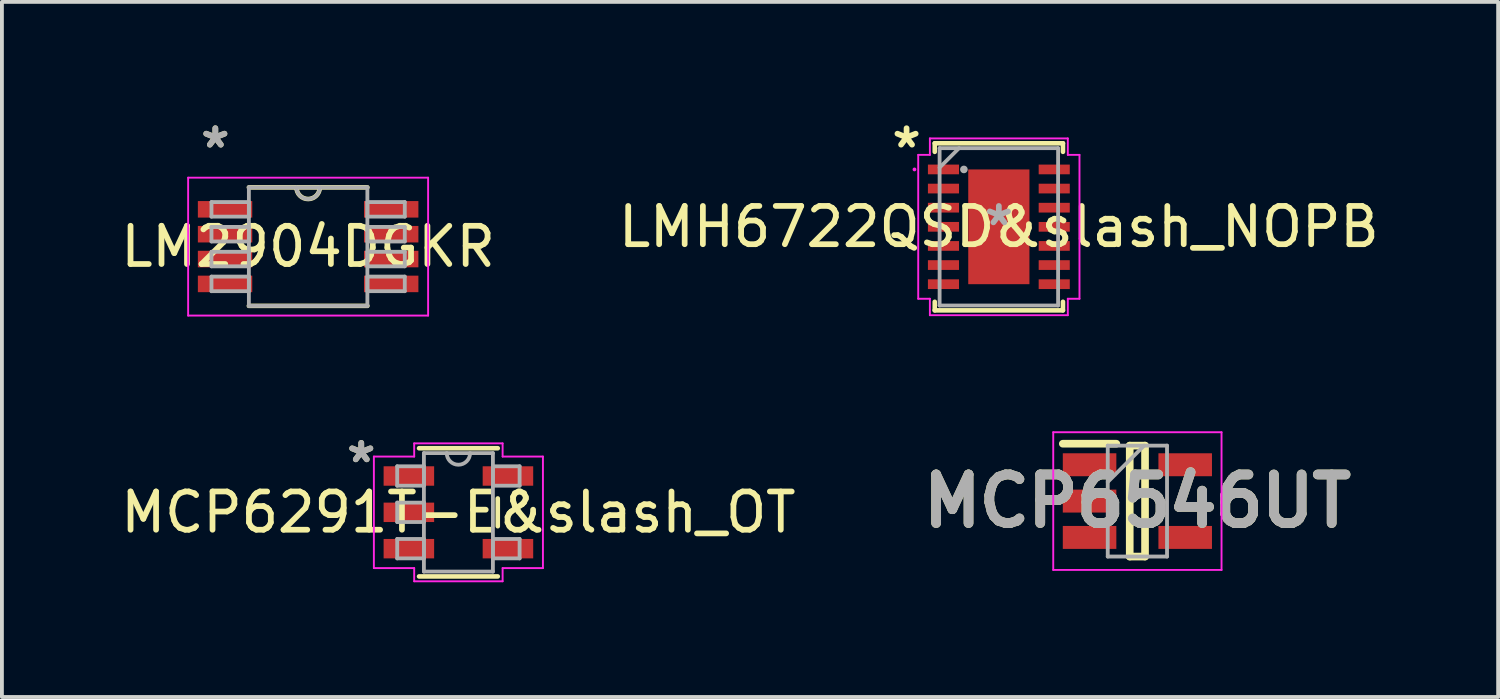
<source format=kicad_pcb>
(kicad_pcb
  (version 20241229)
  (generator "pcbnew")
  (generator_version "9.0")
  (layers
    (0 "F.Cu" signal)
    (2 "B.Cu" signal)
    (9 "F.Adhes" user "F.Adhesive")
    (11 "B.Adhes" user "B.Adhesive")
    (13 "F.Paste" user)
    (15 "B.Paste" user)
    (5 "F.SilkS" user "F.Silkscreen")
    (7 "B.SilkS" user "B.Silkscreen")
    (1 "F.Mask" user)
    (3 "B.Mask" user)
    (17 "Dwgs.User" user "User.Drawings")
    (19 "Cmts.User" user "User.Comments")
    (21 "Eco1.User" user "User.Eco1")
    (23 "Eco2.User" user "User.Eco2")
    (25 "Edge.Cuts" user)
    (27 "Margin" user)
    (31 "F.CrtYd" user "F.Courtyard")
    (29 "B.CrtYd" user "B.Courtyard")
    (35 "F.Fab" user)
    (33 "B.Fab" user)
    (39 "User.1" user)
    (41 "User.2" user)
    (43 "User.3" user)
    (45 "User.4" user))
  (footprint "LM2904DGKR"
    (layer "F.Cu")
    (at 5.006 3.398)
    (property "Reference" "LM2904DGKR" (at 0 0 0) (layer "F.SilkS") (effects (font (size 1 1) (thickness 0.15))))
    (attr smd)
    (fp_line (start -1.549 1.549) (end 1.549 1.549) (stroke (width 0.12) (type solid)) (layer "F.SilkS"))
    (fp_line (start 1.549 -1.549) (end -1.549 -1.549) (stroke (width 0.12) (type solid)) (layer "F.SilkS"))
    (fp_arc (start 0.3048 -1.5494) (mid 0 -1.2446) (end -0.3048 -1.5494) (stroke (width 0.12) (type solid)) (layer "F.SilkS"))
    (fp_line (start -3.137 -1.803) (end 3.137 -1.803) (stroke (width 0.05) (type solid)) (layer "F.CrtYd"))
    (fp_line (start -3.137 1.803) (end -3.137 -1.803) (stroke (width 0.05) (type solid)) (layer "F.CrtYd"))
    (fp_line (start 3.137 -1.803) (end 3.137 1.803) (stroke (width 0.05) (type solid)) (layer "F.CrtYd"))
    (fp_line (start 3.137 1.803) (end -3.137 1.803) (stroke (width 0.05) (type solid)) (layer "F.CrtYd"))
    (fp_line (start -2.527 -1.165) (end -2.527 -0.784) (stroke (width 0.1) (type solid)) (layer "F.Fab"))
    (fp_line (start -2.527 -0.784) (end -1.549 -0.784) (stroke (width 0.1) (type solid)) (layer "F.Fab"))
    (fp_line (start -2.527 -0.515) (end -2.527 -0.135) (stroke (width 0.1) (type solid)) (layer "F.Fab"))
    (fp_line (start -2.527 -0.135) (end -1.549 -0.135) (stroke (width 0.1) (type solid)) (layer "F.Fab"))
    (fp_line (start -2.527 0.135) (end -2.527 0.515) (stroke (width 0.1) (type solid)) (layer "F.Fab"))
    (fp_line (start -2.527 0.515) (end -1.549 0.515) (stroke (width 0.1) (type solid)) (layer "F.Fab"))
    (fp_line (start -2.527 0.784) (end -2.527 1.165) (stroke (width 0.1) (type solid)) (layer "F.Fab"))
    (fp_line (start -2.527 1.165) (end -1.549 1.165) (stroke (width 0.1) (type solid)) (layer "F.Fab"))
    (fp_line (start -1.549 -1.549) (end -1.549 1.549) (stroke (width 0.1) (type solid)) (layer "F.Fab"))
    (fp_line (start -1.549 -1.165) (end -2.527 -1.165) (stroke (width 0.1) (type solid)) (layer "F.Fab"))
    (fp_line (start -1.549 -0.784) (end -1.549 -1.165) (stroke (width 0.1) (type solid)) (layer "F.Fab"))
    (fp_line (start -1.549 -0.515) (end -2.527 -0.515) (stroke (width 0.1) (type solid)) (layer "F.Fab"))
    (fp_line (start -1.549 -0.135) (end -1.549 -0.515) (stroke (width 0.1) (type solid)) (layer "F.Fab"))
    (fp_line (start -1.549 0.135) (end -2.527 0.135) (stroke (width 0.1) (type solid)) (layer "F.Fab"))
    (fp_line (start -1.549 0.515) (end -1.549 0.135) (stroke (width 0.1) (type solid)) (layer "F.Fab"))
    (fp_line (start -1.549 0.784) (end -2.527 0.784) (stroke (width 0.1) (type solid)) (layer "F.Fab"))
    (fp_line (start -1.549 1.165) (end -1.549 0.784) (stroke (width 0.1) (type solid)) (layer "F.Fab"))
    (fp_line (start -1.549 1.549) (end 1.549 1.549) (stroke (width 0.1) (type solid)) (layer "F.Fab"))
    (fp_line (start 1.549 -1.549) (end -1.549 -1.549) (stroke (width 0.1) (type solid)) (layer "F.Fab"))
    (fp_line (start 1.549 -1.165) (end 1.549 -0.784) (stroke (width 0.1) (type solid)) (layer "F.Fab"))
    (fp_line (start 1.549 -0.784) (end 2.527 -0.784) (stroke (width 0.1) (type solid)) (layer "F.Fab"))
    (fp_line (start 1.549 -0.515) (end 1.549 -0.135) (stroke (width 0.1) (type solid)) (layer "F.Fab"))
    (fp_line (start 1.549 -0.135) (end 2.527 -0.135) (stroke (width 0.1) (type solid)) (layer "F.Fab"))
    (fp_line (start 1.549 0.135) (end 1.549 0.515) (stroke (width 0.1) (type solid)) (layer "F.Fab"))
    (fp_line (start 1.549 0.515) (end 2.527 0.515) (stroke (width 0.1) (type solid)) (layer "F.Fab"))
    (fp_line (start 1.549 0.784) (end 1.549 1.165) (stroke (width 0.1) (type solid)) (layer "F.Fab"))
    (fp_line (start 1.549 1.165) (end 2.527 1.165) (stroke (width 0.1) (type solid)) (layer "F.Fab"))
    (fp_line (start 1.549 1.549) (end 1.549 -1.549) (stroke (width 0.1) (type solid)) (layer "F.Fab"))
    (fp_line (start 2.527 -1.165) (end 1.549 -1.165) (stroke (width 0.1) (type solid)) (layer "F.Fab"))
    (fp_line (start 2.527 -0.784) (end 2.527 -1.165) (stroke (width 0.1) (type solid)) (layer "F.Fab"))
    (fp_line (start 2.527 -0.515) (end 1.549 -0.515) (stroke (width 0.1) (type solid)) (layer "F.Fab"))
    (fp_line (start 2.527 -0.135) (end 2.527 -0.515) (stroke (width 0.1) (type solid)) (layer "F.Fab"))
    (fp_line (start 2.527 0.135) (end 1.549 0.135) (stroke (width 0.1) (type solid)) (layer "F.Fab"))
    (fp_line (start 2.527 0.515) (end 2.527 0.135) (stroke (width 0.1) (type solid)) (layer "F.Fab"))
    (fp_line (start 2.527 0.784) (end 1.549 0.784) (stroke (width 0.1) (type solid)) (layer "F.Fab"))
    (fp_line (start 2.527 1.165) (end 2.527 0.784) (stroke (width 0.1) (type solid)) (layer "F.Fab"))
    (fp_arc (start 0.3048 -1.5494) (mid 0 -1.2446) (end -0.3048 -1.5494) (stroke (width 0.1) (type solid)) (layer "F.Fab"))
    (fp_text user "*" (at -2.426 -2.55 0) (layer "F.SilkS") (effects (font (size 1 1) (thickness 0.15))))
    (fp_text user "*" (at -2.426 -2.55 0) (layer "F.Fab") (effects (font (size 1 1) (thickness 0.15))))
    (pad "1" smd rect (at -2.172 -0.975) (size 1.422 0.432) (layers "F.Cu" "F.Mask" "F.Paste"))
    (pad "2" smd rect (at -2.172 -0.325) (size 1.422 0.432) (layers "F.Cu" "F.Mask" "F.Paste"))
    (pad "3" smd rect (at -2.172 0.325) (size 1.422 0.432) (layers "F.Cu" "F.Mask" "F.Paste"))
    (pad "4" smd rect (at -2.172 0.975) (size 1.422 0.432) (layers "F.Cu" "F.Mask" "F.Paste"))
    (pad "5" smd rect (at 2.172 0.975) (size 1.422 0.432) (layers "F.Cu" "F.Mask" "F.Paste"))
    (pad "6" smd rect (at 2.172 0.325) (size 1.422 0.432) (layers "F.Cu" "F.Mask" "F.Paste"))
    (pad "7" smd rect (at 2.172 -0.325) (size 1.422 0.432) (layers "F.Cu" "F.Mask" "F.Paste"))
    (pad "8" smd rect (at 2.172 -0.975) (size 1.422 0.432) (layers "F.Cu" "F.Mask" "F.Paste")))
  (footprint "MCP6546UT"
    (layer "F.Cu")
    (at 26.687 10.051)
    (property "Reference" "MCP6546UT" (at 0 0 0) (layer "F.SilkS") (effects (font (size 1.27 1.27) (thickness 0.254))))
    (attr smd)
    (fp_line (start -1.95 -1.5) (end -0.55 -1.5) (stroke (width 0.2) (type solid)) (layer "F.SilkS"))
    (fp_line (start -0.2 -1.45) (end 0.2 -1.45) (stroke (width 0.2) (type solid)) (layer "F.SilkS"))
    (fp_line (start -0.2 1.45) (end -0.2 -1.45) (stroke (width 0.2) (type solid)) (layer "F.SilkS"))
    (fp_line (start 0.2 -1.45) (end 0.2 1.45) (stroke (width 0.2) (type solid)) (layer "F.SilkS"))
    (fp_line (start 0.2 1.45) (end -0.2 1.45) (stroke (width 0.2) (type solid)) (layer "F.SilkS"))
    (fp_line (start -2.2 -1.8) (end 2.2 -1.8) (stroke (width 0.05) (type solid)) (layer "F.CrtYd"))
    (fp_line (start -2.2 1.8) (end -2.2 -1.8) (stroke (width 0.05) (type solid)) (layer "F.CrtYd"))
    (fp_line (start 2.2 -1.8) (end 2.2 1.8) (stroke (width 0.05) (type solid)) (layer "F.CrtYd"))
    (fp_line (start 2.2 1.8) (end -2.2 1.8) (stroke (width 0.05) (type solid)) (layer "F.CrtYd"))
    (fp_line (start -0.775 -1.45) (end 0.775 -1.45) (stroke (width 0.1) (type solid)) (layer "F.Fab"))
    (fp_line (start -0.775 -0.5) (end 0.175 -1.45) (stroke (width 0.1) (type solid)) (layer "F.Fab"))
    (fp_line (start -0.775 1.45) (end -0.775 -1.45) (stroke (width 0.1) (type solid)) (layer "F.Fab"))
    (fp_line (start 0.775 -1.45) (end 0.775 1.45) (stroke (width 0.1) (type solid)) (layer "F.Fab"))
    (fp_line (start 0.775 1.45) (end -0.775 1.45) (stroke (width 0.1) (type solid)) (layer "F.Fab"))
    (fp_text user "${REFERENCE}" (at 0 0 0) (layer "F.Fab") (effects (font (size 1.27 1.27) (thickness 0.254))))
    (pad "1" smd rect (at -1.25 -0.95 90) (size 0.6 1.4) (layers "F.Cu" "F.Mask" "F.Paste"))
    (pad "2" smd rect (at -1.25 0 90) (size 0.6 1.4) (layers "F.Cu" "F.Mask" "F.Paste"))
    (pad "3" smd rect (at -1.25 0.95 90) (size 0.6 1.4) (layers "F.Cu" "F.Mask" "F.Paste"))
    (pad "4" smd rect (at 1.25 0.95 90) (size 0.6 1.4) (layers "F.Cu" "F.Mask" "F.Paste"))
    (pad "5" smd rect (at 1.25 -0.95 90) (size 0.6 1.4) (layers "F.Cu" "F.Mask" "F.Paste")))
  (footprint "MCP6291T-E&slash_OT"
    (layer "F.Cu")
    (at 8.935 10.345)
    (property "Reference" "MCP6291T-E&slash_OT" (at 0 0 0) (layer "F.SilkS") (effects (font (size 1 1) (thickness 0.15))))
    (attr smd)
    (fp_line (start -1.029 1.676) (end 1.029 1.676) (stroke (width 0.12) (type solid)) (layer "F.SilkS"))
    (fp_line (start 1.029 -1.676) (end -1.029 -1.676) (stroke (width 0.12) (type solid)) (layer "F.SilkS"))
    (fp_line (start 1.029 0.363) (end 1.029 -0.363) (stroke (width 0.12) (type solid)) (layer "F.SilkS"))
    (fp_line (start -2.21 -1.458) (end -1.156 -1.458) (stroke (width 0.05) (type solid)) (layer "F.CrtYd"))
    (fp_line (start -2.21 1.458) (end -2.21 -1.458) (stroke (width 0.05) (type solid)) (layer "F.CrtYd"))
    (fp_line (start -1.156 -1.803) (end 1.156 -1.803) (stroke (width 0.05) (type solid)) (layer "F.CrtYd"))
    (fp_line (start -1.156 -1.458) (end -1.156 -1.803) (stroke (width 0.05) (type solid)) (layer "F.CrtYd"))
    (fp_line (start -1.156 1.458) (end -2.21 1.458) (stroke (width 0.05) (type solid)) (layer "F.CrtYd"))
    (fp_line (start -1.156 1.803) (end -1.156 1.458) (stroke (width 0.05) (type solid)) (layer "F.CrtYd"))
    (fp_line (start 1.156 -1.803) (end 1.156 -1.458) (stroke (width 0.05) (type solid)) (layer "F.CrtYd"))
    (fp_line (start 1.156 -1.458) (end 2.21 -1.458) (stroke (width 0.05) (type solid)) (layer "F.CrtYd"))
    (fp_line (start 1.156 1.458) (end 1.156 1.803) (stroke (width 0.05) (type solid)) (layer "F.CrtYd"))
    (fp_line (start 1.156 1.803) (end -1.156 1.803) (stroke (width 0.05) (type solid)) (layer "F.CrtYd"))
    (fp_line (start 2.21 -1.458) (end 2.21 1.458) (stroke (width 0.05) (type solid)) (layer "F.CrtYd"))
    (fp_line (start 2.21 1.458) (end 1.156 1.458) (stroke (width 0.05) (type solid)) (layer "F.CrtYd"))
    (fp_line (start -1.6 -1.204) (end -1.6 -0.696) (stroke (width 0.1) (type solid)) (layer "F.Fab"))
    (fp_line (start -1.6 -0.696) (end -0.902 -0.696) (stroke (width 0.1) (type solid)) (layer "F.Fab"))
    (fp_line (start -1.6 -0.254) (end -1.6 0.254) (stroke (width 0.1) (type solid)) (layer "F.Fab"))
    (fp_line (start -1.6 0.254) (end -0.902 0.254) (stroke (width 0.1) (type solid)) (layer "F.Fab"))
    (fp_line (start -1.6 0.696) (end -1.6 1.204) (stroke (width 0.1) (type solid)) (layer "F.Fab"))
    (fp_line (start -1.6 1.204) (end -0.902 1.204) (stroke (width 0.1) (type solid)) (layer "F.Fab"))
    (fp_line (start -0.902 -1.549) (end -0.902 1.549) (stroke (width 0.1) (type solid)) (layer "F.Fab"))
    (fp_line (start -0.902 -1.204) (end -1.6 -1.204) (stroke (width 0.1) (type solid)) (layer "F.Fab"))
    (fp_line (start -0.902 -0.696) (end -0.902 -1.204) (stroke (width 0.1) (type solid)) (layer "F.Fab"))
    (fp_line (start -0.902 -0.254) (end -1.6 -0.254) (stroke (width 0.1) (type solid)) (layer "F.Fab"))
    (fp_line (start -0.902 0.254) (end -0.902 -0.254) (stroke (width 0.1) (type solid)) (layer "F.Fab"))
    (fp_line (start -0.902 0.696) (end -1.6 0.696) (stroke (width 0.1) (type solid)) (layer "F.Fab"))
    (fp_line (start -0.902 1.204) (end -0.902 0.696) (stroke (width 0.1) (type solid)) (layer "F.Fab"))
    (fp_line (start -0.902 1.549) (end 0.902 1.549) (stroke (width 0.1) (type solid)) (layer "F.Fab"))
    (fp_line (start 0.902 -1.549) (end -0.902 -1.549) (stroke (width 0.1) (type solid)) (layer "F.Fab"))
    (fp_line (start 0.902 -1.204) (end 0.902 -0.696) (stroke (width 0.1) (type solid)) (layer "F.Fab"))
    (fp_line (start 0.902 -0.696) (end 1.6 -0.696) (stroke (width 0.1) (type solid)) (layer "F.Fab"))
    (fp_line (start 0.902 0.696) (end 0.902 1.204) (stroke (width 0.1) (type solid)) (layer "F.Fab"))
    (fp_line (start 0.902 1.204) (end 1.6 1.204) (stroke (width 0.1) (type solid)) (layer "F.Fab"))
    (fp_line (start 0.902 1.549) (end 0.902 -1.549) (stroke (width 0.1) (type solid)) (layer "F.Fab"))
    (fp_line (start 1.6 -1.204) (end 0.902 -1.204) (stroke (width 0.1) (type solid)) (layer "F.Fab"))
    (fp_line (start 1.6 -0.696) (end 1.6 -1.204) (stroke (width 0.1) (type solid)) (layer "F.Fab"))
    (fp_line (start 1.6 0.696) (end 0.902 0.696) (stroke (width 0.1) (type solid)) (layer "F.Fab"))
    (fp_line (start 1.6 1.204) (end 1.6 0.696) (stroke (width 0.1) (type solid)) (layer "F.Fab"))
    (fp_arc (start 0.3048 -1.5494) (mid 0 -1.2446) (end -0.3048 -1.5494) (stroke (width 0.1) (type solid)) (layer "F.Fab"))
    (fp_text user "*" (at -2.54 -1.27 0) (layer "F.SilkS") (effects (font (size 1 1) (thickness 0.15))))
    (fp_text user "*" (at -2.54 -1.27 0) (layer "F.Fab") (effects (font (size 1 1) (thickness 0.15))))
    (pad "1" smd rect (at -1.295 -0.95) (size 1.321 0.508) (layers "F.Cu" "F.Mask" "F.Paste"))
    (pad "2" smd rect (at -1.295 0) (size 1.321 0.508) (layers "F.Cu" "F.Mask" "F.Paste"))
    (pad "3" smd rect (at -1.295 0.95) (size 1.321 0.508) (layers "F.Cu" "F.Mask" "F.Paste"))
    (pad "4" smd rect (at 1.295 0.95) (size 1.321 0.508) (layers "F.Cu" "F.Mask" "F.Paste"))
    (pad "5" smd rect (at 1.295 -0.95) (size 1.321 0.508) (layers "F.Cu" "F.Mask" "F.Paste")))
  (footprint "LMH6722QSD&slash_NOPB"
    (layer "F.Cu")
    (at 23.065 2.88)
    (property "Reference" "LMH6722QSD&slash_NOPB" (at 0 0 0) (layer "F.SilkS") (effects (font (size 1 1) (thickness 0.15))))
    (attr smd)
    (fp_line (start -1.676 -2.184) (end -1.676 -1.96) (stroke (width 0.12) (type solid)) (layer "F.SilkS"))
    (fp_line (start -1.676 1.96) (end -1.676 2.184) (stroke (width 0.12) (type solid)) (layer "F.SilkS"))
    (fp_line (start -1.676 2.184) (end 1.676 2.184) (stroke (width 0.12) (type solid)) (layer "F.SilkS"))
    (fp_line (start 1.676 -2.184) (end -1.676 -2.184) (stroke (width 0.12) (type solid)) (layer "F.SilkS"))
    (fp_line (start 1.676 -1.96) (end 1.676 -2.184) (stroke (width 0.12) (type solid)) (layer "F.SilkS"))
    (fp_line (start 1.676 2.184) (end 1.676 1.96) (stroke (width 0.12) (type solid)) (layer "F.SilkS"))
    (fp_poly (pts (xy -0.7 -1.4) (xy -0.7 -0.1) (xy 0.7 -0.1) (xy 0.7 -1.4)) (stroke (width 0.1) (type solid)) (fill yes) (layer "F.Paste"))
    (fp_poly (pts (xy -0.7 0.1) (xy -0.7 1.4) (xy 0.7 1.4) (xy 0.7 0.1)) (stroke (width 0.1) (type solid)) (fill yes) (layer "F.Paste"))
    (fp_line (start -2.108 -1.881) (end -1.803 -1.881) (stroke (width 0.05) (type solid)) (layer "F.CrtYd"))
    (fp_line (start -2.108 1.881) (end -2.108 -1.881) (stroke (width 0.05) (type solid)) (layer "F.CrtYd"))
    (fp_line (start -1.803 -2.311) (end 1.803 -2.311) (stroke (width 0.05) (type solid)) (layer "F.CrtYd"))
    (fp_line (start -1.803 -1.881) (end -1.803 -2.311) (stroke (width 0.05) (type solid)) (layer "F.CrtYd"))
    (fp_line (start -1.803 1.881) (end -2.108 1.881) (stroke (width 0.05) (type solid)) (layer "F.CrtYd"))
    (fp_line (start -1.803 2.311) (end -1.803 1.881) (stroke (width 0.05) (type solid)) (layer "F.CrtYd"))
    (fp_line (start 1.803 -2.311) (end 1.803 -1.881) (stroke (width 0.05) (type solid)) (layer "F.CrtYd"))
    (fp_line (start 1.803 -1.881) (end 2.108 -1.881) (stroke (width 0.05) (type solid)) (layer "F.CrtYd"))
    (fp_line (start 1.803 1.881) (end 1.803 2.311) (stroke (width 0.05) (type solid)) (layer "F.CrtYd"))
    (fp_line (start 1.803 2.311) (end -1.803 2.311) (stroke (width 0.05) (type solid)) (layer "F.CrtYd"))
    (fp_line (start 2.108 -1.881) (end 2.108 1.881) (stroke (width 0.05) (type solid)) (layer "F.CrtYd"))
    (fp_line (start 2.108 1.881) (end 1.803 1.881) (stroke (width 0.05) (type solid)) (layer "F.CrtYd"))
    (fp_circle (center -2.206 -1.5) (end -2.206 -1.5) (stroke (width 0.05) (type solid)) (fill no) (layer "F.CrtYd"))
    (fp_line (start -1.549 -2.057) (end -1.549 2.057) (stroke (width 0.1) (type solid)) (layer "F.Fab"))
    (fp_line (start -1.549 2.057) (end 1.549 2.057) (stroke (width 0.1) (type solid)) (layer "F.Fab"))
    (fp_line (start -1.041 -2.057) (end -1.549 -1.549) (stroke (width 0.1) (type solid)) (layer "F.Fab"))
    (fp_line (start 1.549 -2.057) (end -1.549 -2.057) (stroke (width 0.1) (type solid)) (layer "F.Fab"))
    (fp_line (start 1.549 2.057) (end 1.549 -2.057) (stroke (width 0.1) (type solid)) (layer "F.Fab"))
    (fp_circle (center -0.914 -1.5) (end -0.914 -1.5) (stroke (width 0.1) (type solid)) (fill no) (layer "F.Fab"))
    (fp_text user "*" (at -2.413 -2.032 0) (layer "F.SilkS") (effects (font (size 1 1) (thickness 0.15))))
    (fp_text user "*" (at 0 0 0) (layer "F.Fab") (effects (font (size 1 1) (thickness 0.15))))
    (pad "1" smd rect (at -1.448 -1.5) (size 0.813 0.254) (layers "F.Cu" "F.Mask" "F.Paste"))
    (pad "2" smd rect (at -1.448 -1) (size 0.813 0.254) (layers "F.Cu" "F.Mask" "F.Paste"))
    (pad "3" smd rect (at -1.448 -0.5) (size 0.813 0.254) (layers "F.Cu" "F.Mask" "F.Paste"))
    (pad "4" smd rect (at -1.448 0) (size 0.813 0.254) (layers "F.Cu" "F.Mask" "F.Paste"))
    (pad "5" smd rect (at -1.448 0.5) (size 0.813 0.254) (layers "F.Cu" "F.Mask" "F.Paste"))
    (pad "6" smd rect (at -1.448 1) (size 0.813 0.254) (layers "F.Cu" "F.Mask" "F.Paste"))
    (pad "7" smd rect (at -1.448 1.5) (size 0.813 0.254) (layers "F.Cu" "F.Mask" "F.Paste"))
    (pad "8" smd rect (at 1.448 1.5) (size 0.813 0.254) (layers "F.Cu" "F.Mask" "F.Paste"))
    (pad "9" smd rect (at 1.448 1) (size 0.813 0.254) (layers "F.Cu" "F.Mask" "F.Paste"))
    (pad "10" smd rect (at 1.448 0.5) (size 0.813 0.254) (layers "F.Cu" "F.Mask" "F.Paste"))
    (pad "11" smd rect (at 1.448 0) (size 0.813 0.254) (layers "F.Cu" "F.Mask" "F.Paste"))
    (pad "12" smd rect (at 1.448 -0.5) (size 0.813 0.254) (layers "F.Cu" "F.Mask" "F.Paste"))
    (pad "13" smd rect (at 1.448 -1) (size 0.813 0.254) (layers "F.Cu" "F.Mask" "F.Paste"))
    (pad "14" smd rect (at 1.448 -1.5) (size 0.813 0.254) (layers "F.Cu" "F.Mask" "F.Paste"))
    (pad "15" smd rect (at 0 0) (size 1.6 3) (layers "F.Cu" "F.Mask")))
  (gr_rect
    (start -3 -3)
    (end 36.119 15.173)
    (stroke (width 0.1) (type default))
    (fill no)
    (layer "Edge.Cuts")))
</source>
